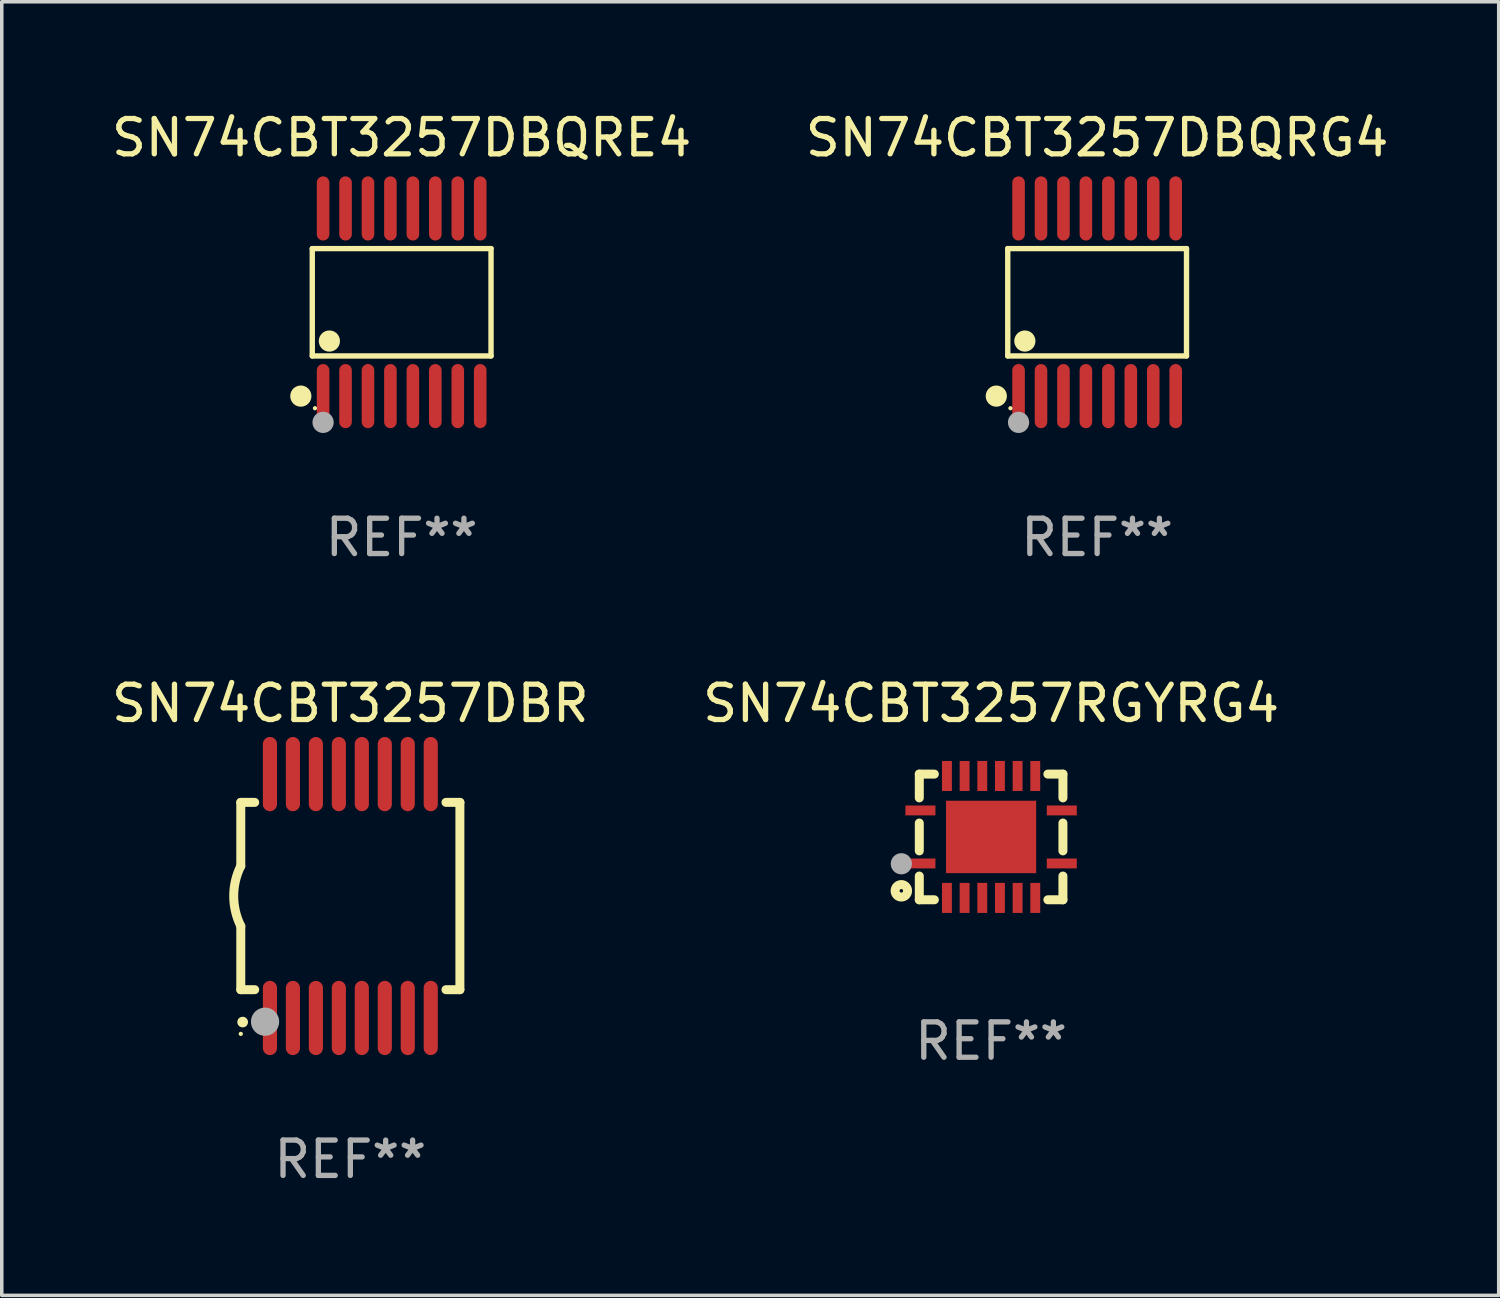
<source format=kicad_pcb>
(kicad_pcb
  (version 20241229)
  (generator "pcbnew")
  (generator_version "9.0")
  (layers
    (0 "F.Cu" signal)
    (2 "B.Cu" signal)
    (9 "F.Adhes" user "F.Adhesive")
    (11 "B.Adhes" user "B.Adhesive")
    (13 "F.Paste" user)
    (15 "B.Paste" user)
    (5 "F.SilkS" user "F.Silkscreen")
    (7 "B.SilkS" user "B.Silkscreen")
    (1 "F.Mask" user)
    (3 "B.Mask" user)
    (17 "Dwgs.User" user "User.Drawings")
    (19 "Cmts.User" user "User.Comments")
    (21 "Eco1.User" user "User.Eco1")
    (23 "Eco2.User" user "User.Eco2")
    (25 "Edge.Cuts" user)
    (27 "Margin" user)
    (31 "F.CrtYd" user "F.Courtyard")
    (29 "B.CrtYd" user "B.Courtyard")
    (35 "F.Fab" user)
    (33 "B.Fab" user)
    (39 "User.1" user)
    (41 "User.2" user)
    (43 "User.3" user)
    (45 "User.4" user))
  (footprint "SN74CBT3257DBQRG4"
    (layer "F.Cu")
    (at 27.994 5.503)
    (property "Reference" "SN74CBT3257DBQRG4" (at 0 -4.655 0) (layer "F.SilkS") (effects (font (size 1 1) (thickness 0.15))))
    (attr through_hole)
    (fp_line (start -2.529 -1.519) (end 2.529 -1.519) (stroke (width 0.152) (type solid)) (layer "F.SilkS"))
    (fp_line (start -2.529 1.519) (end -2.529 -1.519) (stroke (width 0.152) (type solid)) (layer "F.SilkS"))
    (fp_line (start 2.529 -1.519) (end 2.529 1.519) (stroke (width 0.152) (type solid)) (layer "F.SilkS"))
    (fp_line (start 2.529 1.519) (end -2.529 1.519) (stroke (width 0.152) (type solid)) (layer "F.SilkS"))
    (fp_circle (center -2.853 2.655) (end -2.703 2.655) (stroke (width 0.3) (type solid)) (fill no) (layer "F.SilkS"))
    (fp_circle (center -2.453 2.998) (end -2.423 2.998) (stroke (width 0.06) (type solid)) (fill no) (layer "F.SilkS"))
    (fp_circle (center -2.045 1.097) (end -1.895 1.097) (stroke (width 0.3) (type solid)) (fill no) (layer "F.SilkS"))
    (fp_circle (center -2.223 3.398) (end -2.072 3.398) (stroke (width 0.3) (type solid)) (fill no) (layer "F.Fab"))
    (fp_text user "REF**" (at 0 6.655 0) (layer "F.Fab") (effects (font (size 1 1) (thickness 0.15))))
    (pad "1" smd oval (at -2.223 2.655) (size 0.356 1.815) (layers "F.Cu" "F.Mask" "F.Paste"))
    (pad "2" smd oval (at -1.588 2.655) (size 0.356 1.815) (layers "F.Cu" "F.Mask" "F.Paste"))
    (pad "3" smd oval (at -0.953 2.655) (size 0.356 1.815) (layers "F.Cu" "F.Mask" "F.Paste"))
    (pad "4" smd oval (at -0.318 2.655) (size 0.356 1.815) (layers "F.Cu" "F.Mask" "F.Paste"))
    (pad "5" smd oval (at 0.318 2.655) (size 0.356 1.815) (layers "F.Cu" "F.Mask" "F.Paste"))
    (pad "6" smd oval (at 0.953 2.655) (size 0.356 1.815) (layers "F.Cu" "F.Mask" "F.Paste"))
    (pad "7" smd oval (at 1.588 2.655) (size 0.356 1.815) (layers "F.Cu" "F.Mask" "F.Paste"))
    (pad "8" smd oval (at 2.223 2.655) (size 0.356 1.815) (layers "F.Cu" "F.Mask" "F.Paste"))
    (pad "9" smd oval (at 2.223 -2.655) (size 0.356 1.815) (layers "F.Cu" "F.Mask" "F.Paste"))
    (pad "10" smd oval (at 1.588 -2.655) (size 0.356 1.815) (layers "F.Cu" "F.Mask" "F.Paste"))
    (pad "11" smd oval (at 0.953 -2.655) (size 0.356 1.815) (layers "F.Cu" "F.Mask" "F.Paste"))
    (pad "12" smd oval (at 0.318 -2.655) (size 0.356 1.815) (layers "F.Cu" "F.Mask" "F.Paste"))
    (pad "13" smd oval (at -0.318 -2.655) (size 0.356 1.815) (layers "F.Cu" "F.Mask" "F.Paste"))
    (pad "14" smd oval (at -0.953 -2.655) (size 0.356 1.815) (layers "F.Cu" "F.Mask" "F.Paste"))
    (pad "15" smd oval (at -1.588 -2.655) (size 0.356 1.815) (layers "F.Cu" "F.Mask" "F.Paste"))
    (pad "16" smd oval (at -2.223 -2.655) (size 0.356 1.815) (layers "F.Cu" "F.Mask" "F.Paste")))
  (footprint "SN74CBT3257RGYRG4"
    (layer "F.Cu")
    (at 24.994 20.632)
    (property "Reference" "SN74CBT3257RGYRG4" (at 0 -3.778 0) (layer "F.SilkS") (effects (font (size 1 1) (thickness 0.15))))
    (attr through_hole)
    (fp_line (start -2.032 -1.778) (end -2.032 -1.106) (stroke (width 0.254) (type solid)) (layer "F.SilkS"))
    (fp_line (start -2.032 -0.394) (end -2.032 0.394) (stroke (width 0.254) (type solid)) (layer "F.SilkS"))
    (fp_line (start -2.032 1.106) (end -2.032 1.778) (stroke (width 0.254) (type solid)) (layer "F.SilkS"))
    (fp_line (start -2.032 1.778) (end -1.606 1.778) (stroke (width 0.254) (type solid)) (layer "F.SilkS"))
    (fp_line (start -1.606 -1.778) (end -2.032 -1.778) (stroke (width 0.254) (type solid)) (layer "F.SilkS"))
    (fp_line (start 1.606 1.778) (end 2.032 1.778) (stroke (width 0.254) (type solid)) (layer "F.SilkS"))
    (fp_line (start 2.032 -1.778) (end 1.606 -1.778) (stroke (width 0.254) (type solid)) (layer "F.SilkS"))
    (fp_line (start 2.032 -1.106) (end 2.032 -1.778) (stroke (width 0.254) (type solid)) (layer "F.SilkS"))
    (fp_line (start 2.032 0.394) (end 2.032 -0.394) (stroke (width 0.254) (type solid)) (layer "F.SilkS"))
    (fp_line (start 2.032 1.778) (end 2.032 1.106) (stroke (width 0.254) (type solid)) (layer "F.SilkS"))
    (fp_circle (center -2.54 1.524) (end -2.363 1.524) (stroke (width 0.254) (type solid)) (fill no) (layer "F.SilkS"))
    (fp_circle (center -2.002 1.753) (end -1.972 1.753) (stroke (width 0.06) (type solid)) (fill no) (layer "F.SilkS"))
    (fp_circle (center -2.54 0.759) (end -2.39 0.759) (stroke (width 0.3) (type solid)) (fill no) (layer "F.Fab"))
    (fp_text user "REF**" (at 0 5.778 0) (layer "F.Fab") (effects (font (size 1 1) (thickness 0.15))))
    (pad "1" smd rect (at -2 0.75 90) (size 0.28 0.85) (layers "F.Cu" "F.Mask" "F.Paste"))
    (pad "2" smd rect (at -1.25 1.725 180) (size 0.28 0.85) (layers "F.Cu" "F.Mask" "F.Paste"))
    (pad "3" smd rect (at -0.75 1.725 180) (size 0.28 0.85) (layers "F.Cu" "F.Mask" "F.Paste"))
    (pad "4" smd rect (at -0.25 1.725 180) (size 0.28 0.85) (layers "F.Cu" "F.Mask" "F.Paste"))
    (pad "5" smd rect (at 0.25 1.725 180) (size 0.28 0.85) (layers "F.Cu" "F.Mask" "F.Paste"))
    (pad "6" smd rect (at 0.75 1.725 180) (size 0.28 0.85) (layers "F.Cu" "F.Mask" "F.Paste"))
    (pad "7" smd rect (at 1.25 1.725 180) (size 0.28 0.85) (layers "F.Cu" "F.Mask" "F.Paste"))
    (pad "8" smd rect (at 2 0.75 270) (size 0.28 0.85) (layers "F.Cu" "F.Mask" "F.Paste"))
    (pad "9" smd rect (at 2 -0.75 270) (size 0.28 0.85) (layers "F.Cu" "F.Mask" "F.Paste"))
    (pad "10" smd rect (at 1.25 -1.725) (size 0.28 0.85) (layers "F.Cu" "F.Mask" "F.Paste"))
    (pad "11" smd rect (at 0.75 -1.725) (size 0.28 0.85) (layers "F.Cu" "F.Mask" "F.Paste"))
    (pad "12" smd rect (at 0.25 -1.725) (size 0.28 0.85) (layers "F.Cu" "F.Mask" "F.Paste"))
    (pad "13" smd rect (at -0.25 -1.725) (size 0.28 0.85) (layers "F.Cu" "F.Mask" "F.Paste"))
    (pad "14" smd rect (at -0.75 -1.725) (size 0.28 0.85) (layers "F.Cu" "F.Mask" "F.Paste"))
    (pad "15" smd rect (at -1.25 -1.725) (size 0.28 0.85) (layers "F.Cu" "F.Mask" "F.Paste"))
    (pad "16" smd rect (at -2 -0.75 90) (size 0.28 0.85) (layers "F.Cu" "F.Mask" "F.Paste"))
    (pad "17" smd rect (at 0.000051 0) (size 2.55 2.05) (layers "F.Cu" "F.Mask" "F.Paste")))
  (footprint "SN74CBT3257DBQRE4"
    (layer "F.Cu")
    (at 8.315 5.503)
    (property "Reference" "SN74CBT3257DBQRE4" (at 0 -4.655 0) (layer "F.SilkS") (effects (font (size 1 1) (thickness 0.15))))
    (attr through_hole)
    (fp_line (start -2.529 -1.519) (end 2.529 -1.519) (stroke (width 0.152) (type solid)) (layer "F.SilkS"))
    (fp_line (start -2.529 1.519) (end -2.529 -1.519) (stroke (width 0.152) (type solid)) (layer "F.SilkS"))
    (fp_line (start 2.529 -1.519) (end 2.529 1.519) (stroke (width 0.152) (type solid)) (layer "F.SilkS"))
    (fp_line (start 2.529 1.519) (end -2.529 1.519) (stroke (width 0.152) (type solid)) (layer "F.SilkS"))
    (fp_circle (center -2.853 2.655) (end -2.703 2.655) (stroke (width 0.3) (type solid)) (fill no) (layer "F.SilkS"))
    (fp_circle (center -2.453 2.998) (end -2.423 2.998) (stroke (width 0.06) (type solid)) (fill no) (layer "F.SilkS"))
    (fp_circle (center -2.045 1.097) (end -1.895 1.097) (stroke (width 0.3) (type solid)) (fill no) (layer "F.SilkS"))
    (fp_circle (center -2.223 3.398) (end -2.072 3.398) (stroke (width 0.3) (type solid)) (fill no) (layer "F.Fab"))
    (fp_text user "REF**" (at 0 6.655 0) (layer "F.Fab") (effects (font (size 1 1) (thickness 0.15))))
    (pad "1" smd oval (at -2.223 2.655) (size 0.356 1.815) (layers "F.Cu" "F.Mask" "F.Paste"))
    (pad "2" smd oval (at -1.588 2.655) (size 0.356 1.815) (layers "F.Cu" "F.Mask" "F.Paste"))
    (pad "3" smd oval (at -0.953 2.655) (size 0.356 1.815) (layers "F.Cu" "F.Mask" "F.Paste"))
    (pad "4" smd oval (at -0.318 2.655) (size 0.356 1.815) (layers "F.Cu" "F.Mask" "F.Paste"))
    (pad "5" smd oval (at 0.318 2.655) (size 0.356 1.815) (layers "F.Cu" "F.Mask" "F.Paste"))
    (pad "6" smd oval (at 0.953 2.655) (size 0.356 1.815) (layers "F.Cu" "F.Mask" "F.Paste"))
    (pad "7" smd oval (at 1.588 2.655) (size 0.356 1.815) (layers "F.Cu" "F.Mask" "F.Paste"))
    (pad "8" smd oval (at 2.223 2.655) (size 0.356 1.815) (layers "F.Cu" "F.Mask" "F.Paste"))
    (pad "9" smd oval (at 2.223 -2.655) (size 0.356 1.815) (layers "F.Cu" "F.Mask" "F.Paste"))
    (pad "10" smd oval (at 1.588 -2.655) (size 0.356 1.815) (layers "F.Cu" "F.Mask" "F.Paste"))
    (pad "11" smd oval (at 0.953 -2.655) (size 0.356 1.815) (layers "F.Cu" "F.Mask" "F.Paste"))
    (pad "12" smd oval (at 0.318 -2.655) (size 0.356 1.815) (layers "F.Cu" "F.Mask" "F.Paste"))
    (pad "13" smd oval (at -0.318 -2.655) (size 0.356 1.815) (layers "F.Cu" "F.Mask" "F.Paste"))
    (pad "14" smd oval (at -0.953 -2.655) (size 0.356 1.815) (layers "F.Cu" "F.Mask" "F.Paste"))
    (pad "15" smd oval (at -1.588 -2.655) (size 0.356 1.815) (layers "F.Cu" "F.Mask" "F.Paste"))
    (pad "16" smd oval (at -2.223 -2.655) (size 0.356 1.815) (layers "F.Cu" "F.Mask" "F.Paste")))
  (footprint "SN74CBT3257DBR"
    (layer "F.Cu")
    (at 6.863 22.304)
    (property "Reference" "SN74CBT3257DBR" (at 0 -5.45 0) (layer "F.SilkS") (effects (font (size 1 1) (thickness 0.15))))
    (attr through_hole)
    (fp_line (start -3.1 -2.65) (end -3.1 -0.85) (stroke (width 0.254) (type solid)) (layer "F.SilkS"))
    (fp_line (start -3.1 -2.65) (end -2.706 -2.65) (stroke (width 0.254) (type solid)) (layer "F.SilkS"))
    (fp_line (start -3.1 2.65) (end -3.1 0.85) (stroke (width 0.254) (type solid)) (layer "F.SilkS"))
    (fp_line (start -3.1 2.65) (end -2.706 2.65) (stroke (width 0.254) (type solid)) (layer "F.SilkS"))
    (fp_line (start 2.706 -2.65) (end 3.1 -2.65) (stroke (width 0.254) (type solid)) (layer "F.SilkS"))
    (fp_line (start 2.706 2.65) (end 3.1 2.65) (stroke (width 0.254) (type solid)) (layer "F.SilkS"))
    (fp_line (start 3.1 -2.65) (end 3.1 2.65) (stroke (width 0.254) (type solid)) (layer "F.SilkS"))
    (fp_arc (start -3.098907 0.850902) (mid -3.300057 0.000523) (end -3.1 -0.850114) (stroke (width 0.254001) (type solid)) (layer "F.SilkS"))
    (fp_arc (start -3.048006 3.566066) (mid -3.046736 3.566061) (end -3.045466 3.566066) (stroke (width 0.3) (type solid)) (layer "F.SilkS"))
    (fp_circle (center -3.1 3.9) (end -3.07 3.9) (stroke (width 0.06) (type solid)) (fill no) (layer "F.SilkS"))
    (fp_circle (center -2.413 3.556) (end -2.213 3.556) (stroke (width 0.4) (type solid)) (fill no) (layer "F.Fab"))
    (fp_text user "REF**" (at 0 7.45 0) (layer "F.Fab") (effects (font (size 1 1) (thickness 0.15))))
    (pad "1" smd oval (at -2.275 3.45 180) (size 0.4 2.1) (layers "F.Cu" "F.Mask" "F.Paste"))
    (pad "2" smd oval (at -1.625 3.45 180) (size 0.4 2.1) (layers "F.Cu" "F.Mask" "F.Paste"))
    (pad "3" smd oval (at -0.975 3.45 180) (size 0.4 2.1) (layers "F.Cu" "F.Mask" "F.Paste"))
    (pad "4" smd oval (at -0.325 3.45 180) (size 0.4 2.1) (layers "F.Cu" "F.Mask" "F.Paste"))
    (pad "5" smd oval (at 0.325 3.45 180) (size 0.4 2.1) (layers "F.Cu" "F.Mask" "F.Paste"))
    (pad "6" smd oval (at 0.975 3.45 180) (size 0.4 2.1) (layers "F.Cu" "F.Mask" "F.Paste"))
    (pad "7" smd oval (at 1.625 3.45 180) (size 0.4 2.1) (layers "F.Cu" "F.Mask" "F.Paste"))
    (pad "8" smd oval (at 2.275 3.45 180) (size 0.4 2.1) (layers "F.Cu" "F.Mask" "F.Paste"))
    (pad "9" smd oval (at 2.275 -3.45 180) (size 0.4 2.1) (layers "F.Cu" "F.Mask" "F.Paste"))
    (pad "10" smd oval (at 1.625 -3.45 180) (size 0.4 2.1) (layers "F.Cu" "F.Mask" "F.Paste"))
    (pad "11" smd oval (at 0.975 -3.45 180) (size 0.4 2.1) (layers "F.Cu" "F.Mask" "F.Paste"))
    (pad "12" smd oval (at 0.325 -3.45 180) (size 0.4 2.1) (layers "F.Cu" "F.Mask" "F.Paste"))
    (pad "13" smd oval (at -0.325 -3.45 180) (size 0.4 2.1) (layers "F.Cu" "F.Mask" "F.Paste"))
    (pad "14" smd oval (at -0.975 -3.45 180) (size 0.4 2.1) (layers "F.Cu" "F.Mask" "F.Paste"))
    (pad "15" smd oval (at -1.625 -3.45 180) (size 0.4 2.1) (layers "F.Cu" "F.Mask" "F.Paste"))
    (pad "16" smd oval (at -2.275 -3.45 180) (size 0.4 2.1) (layers "F.Cu" "F.Mask" "F.Paste")))
  (gr_rect
    (start -3 -3)
    (end 39.357 33.603)
    (stroke (width 0.1) (type default))
    (fill no)
    (layer "Edge.Cuts")))
</source>
